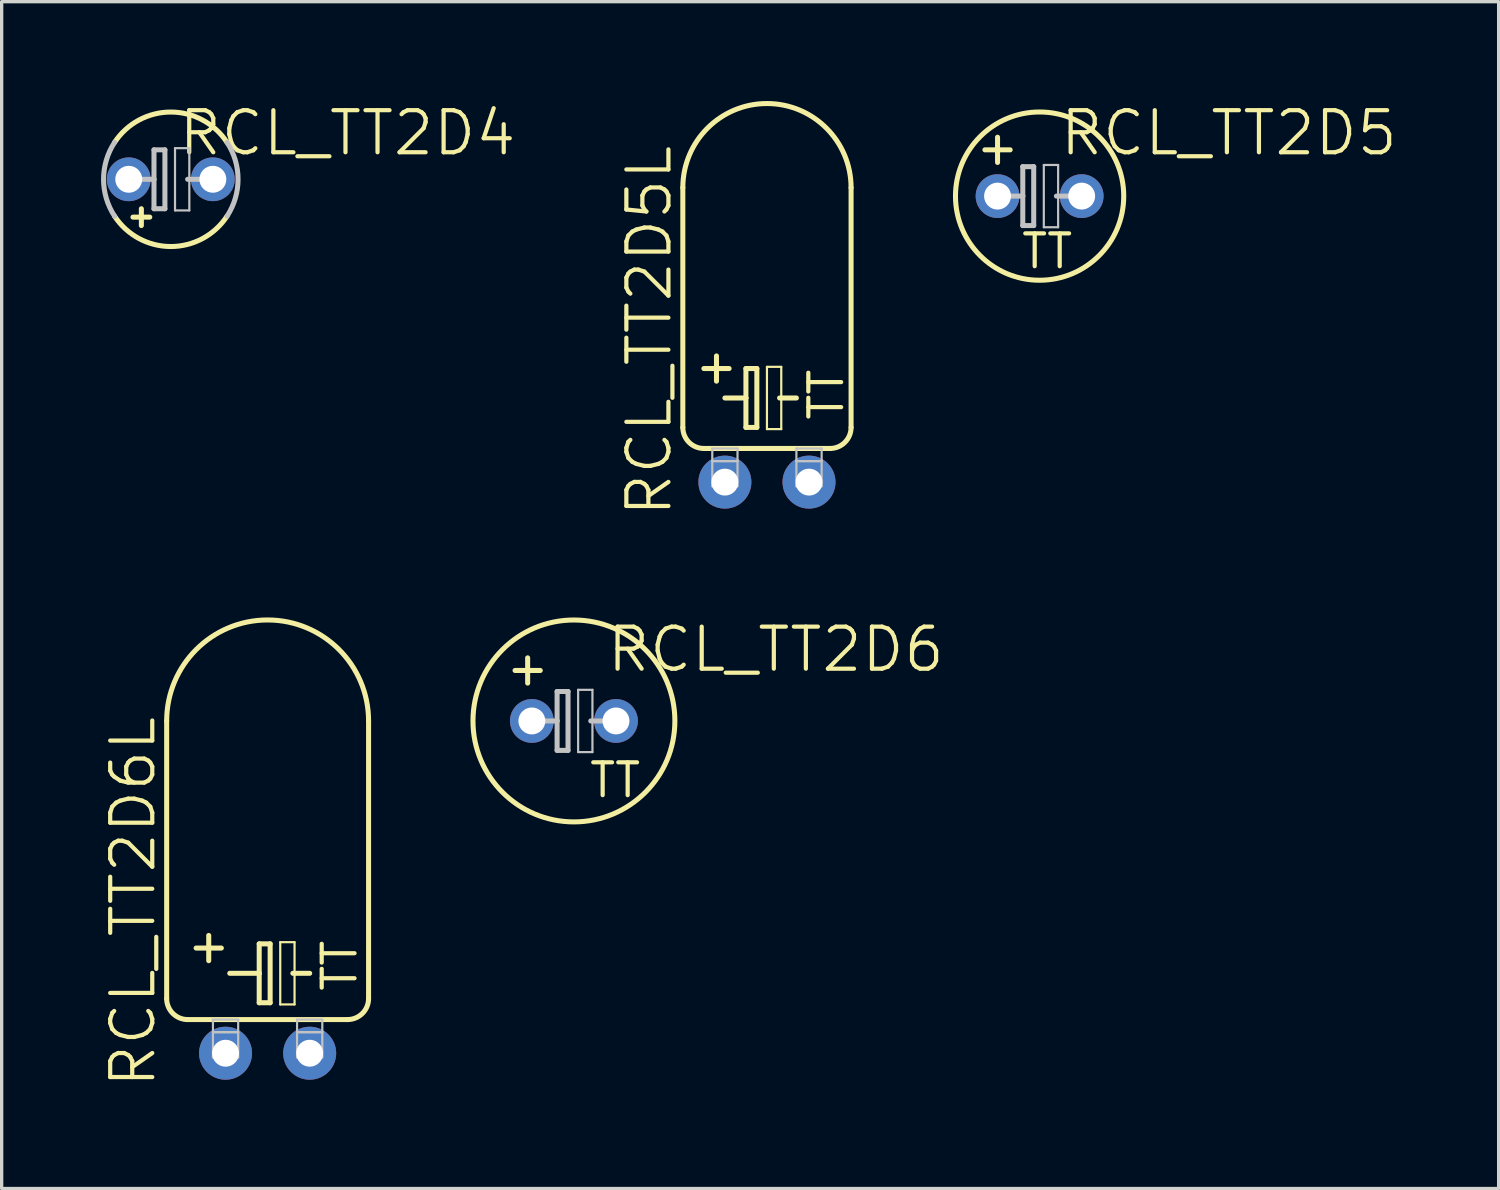
<source format=kicad_pcb>
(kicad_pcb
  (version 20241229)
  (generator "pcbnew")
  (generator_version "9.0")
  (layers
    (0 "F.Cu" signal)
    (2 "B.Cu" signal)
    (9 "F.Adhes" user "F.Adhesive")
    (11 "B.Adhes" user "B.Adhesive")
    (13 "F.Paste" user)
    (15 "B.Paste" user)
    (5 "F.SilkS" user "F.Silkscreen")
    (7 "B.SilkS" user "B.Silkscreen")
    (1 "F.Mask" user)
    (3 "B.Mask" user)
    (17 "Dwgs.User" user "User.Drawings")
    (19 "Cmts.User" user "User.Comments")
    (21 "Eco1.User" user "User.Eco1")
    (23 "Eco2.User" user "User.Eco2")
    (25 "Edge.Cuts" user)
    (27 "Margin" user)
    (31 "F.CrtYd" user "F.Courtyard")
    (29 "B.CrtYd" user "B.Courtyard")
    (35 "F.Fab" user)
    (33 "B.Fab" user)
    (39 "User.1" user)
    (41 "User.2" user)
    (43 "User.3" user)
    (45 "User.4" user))
  (footprint "RCL_TT2D4"
    (layer "F.Cu")
    (at 2.107 2.363)
    (property "Reference" "RCL_TT2D4" (at 5.334 -1.397 0) (layer "F.SilkS") (effects (font (size 1.27 1.27) (thickness 0.127))))
    (attr exclude_from_pos_files exclude_from_bom)
    (fp_line (start -0.889 1.397) (end -0.889 0.889) (stroke (width 0.152) (type solid)) (layer "F.SilkS"))
    (fp_line (start -0.635 1.143) (end -1.143 1.143) (stroke (width 0.152) (type solid)) (layer "F.SilkS"))
    (fp_arc (start -1.69672 -1.11506) (mid 0.000437 -2.030324) (end 1.6972 -1.114329) (stroke (width 0.1524) (type solid)) (layer "F.SilkS"))
    (fp_arc (start 1.69672 1.11506) (mid -0.000437 2.030324) (end -1.6972 1.114329) (stroke (width 0.1524) (type solid)) (layer "F.SilkS"))
    (fp_line (start -1.016 0) (end -0.508 0) (stroke (width 0.152) (type solid)) (layer "Dwgs.User"))
    (fp_line (start -0.508 -0.889) (end -0.508 0) (stroke (width 0.152) (type solid)) (layer "Dwgs.User"))
    (fp_line (start -0.508 0) (end -0.508 0.889) (stroke (width 0.152) (type solid)) (layer "Dwgs.User"))
    (fp_line (start -0.508 0.889) (end -0.178 0.889) (stroke (width 0.152) (type solid)) (layer "Dwgs.User"))
    (fp_line (start -0.178 -0.889) (end -0.508 -0.889) (stroke (width 0.152) (type solid)) (layer "Dwgs.User"))
    (fp_line (start -0.178 0.889) (end -0.178 -0.889) (stroke (width 0.152) (type solid)) (layer "Dwgs.User"))
    (fp_line (start 0.127 -0.94) (end 0.559 -0.94) (stroke (width 0.066) (type solid)) (layer "Dwgs.User"))
    (fp_line (start 0.127 0.94) (end 0.127 -0.94) (stroke (width 0.066) (type solid)) (layer "Dwgs.User"))
    (fp_line (start 0.127 0.94) (end 0.559 0.94) (stroke (width 0.066) (type solid)) (layer "Dwgs.User"))
    (fp_line (start 0.508 0) (end 1.016 0) (stroke (width 0.152) (type solid)) (layer "Dwgs.User"))
    (fp_line (start 0.559 0.94) (end 0.559 -0.94) (stroke (width 0.066) (type solid)) (layer "Dwgs.User"))
    (fp_arc (start -1.69672 1.11506) (mid -2.030323 0.002209) (end -1.699143 -1.111365) (stroke (width 0.1524) (type solid)) (layer "Dwgs.User"))
    (fp_arc (start 1.69672 -1.11506) (mid 2.030323 -0.002209) (end 1.699143 1.111365) (stroke (width 0.1524) (type solid)) (layer "Dwgs.User"))
    (pad "+" thru_hole circle (at -1.27 0) (size 1.321 1.321) (drill 0.813) (layers "*.Cu" "*.Paste" "*.Mask"))
    (pad "-" thru_hole circle (at 1.27 0) (size 1.321 1.321) (drill 0.813) (layers "*.Cu" "*.Paste" "*.Mask")))
  (footprint "RCL_TT2D5L"
    (layer "F.Cu")
    (at 20.106 11.506)
    (property "Reference" "RCL_TT2D5L" (at -3.556 -4.572 90) (layer "F.SilkS") (effects (font (size 1.27 1.27) (thickness 0.127))))
    (attr exclude_from_pos_files exclude_from_bom)
    (fp_line (start -2.54 -8.89) (end -2.54 -1.651) (stroke (width 0.152) (type solid)) (layer "F.SilkS"))
    (fp_line (start -1.905 -3.429) (end -1.143 -3.429) (stroke (width 0.152) (type solid)) (layer "F.SilkS"))
    (fp_line (start -1.905 -1.016) (end 1.905 -1.016) (stroke (width 0.152) (type solid)) (layer "F.SilkS"))
    (fp_line (start -1.524 -3.81) (end -1.524 -3.048) (stroke (width 0.152) (type solid)) (layer "F.SilkS"))
    (fp_line (start -1.27 -2.54) (end -0.635 -2.54) (stroke (width 0.152) (type solid)) (layer "F.SilkS"))
    (fp_line (start -0.635 -3.429) (end -0.635 -2.54) (stroke (width 0.152) (type solid)) (layer "F.SilkS"))
    (fp_line (start -0.635 -2.54) (end -0.635 -1.651) (stroke (width 0.152) (type solid)) (layer "F.SilkS"))
    (fp_line (start -0.635 -1.651) (end -0.305 -1.651) (stroke (width 0.152) (type solid)) (layer "F.SilkS"))
    (fp_line (start -0.305 -3.429) (end -0.635 -3.429) (stroke (width 0.152) (type solid)) (layer "F.SilkS"))
    (fp_line (start -0.305 -1.651) (end -0.305 -3.429) (stroke (width 0.152) (type solid)) (layer "F.SilkS"))
    (fp_line (start 0 -3.48) (end 0.432 -3.48) (stroke (width 0.066) (type solid)) (layer "F.SilkS"))
    (fp_line (start 0 -1.6) (end 0 -3.48) (stroke (width 0.066) (type solid)) (layer "F.SilkS"))
    (fp_line (start 0 -1.6) (end 0.432 -1.6) (stroke (width 0.066) (type solid)) (layer "F.SilkS"))
    (fp_line (start 0.381 -2.54) (end 0.889 -2.54) (stroke (width 0.152) (type solid)) (layer "F.SilkS"))
    (fp_line (start 0.432 -1.6) (end 0.432 -3.48) (stroke (width 0.066) (type solid)) (layer "F.SilkS"))
    (fp_line (start 2.54 -8.89) (end 2.54 -1.651) (stroke (width 0.152) (type solid)) (layer "F.SilkS"))
    (fp_arc (start -2.54 -8.89) (mid 0 -11.43) (end 2.54 -8.89) (stroke (width 0.1524) (type solid)) (layer "F.SilkS"))
    (fp_arc (start -1.905 -1.016) (mid -2.354013 -1.201987) (end -2.54 -1.651) (stroke (width 0.1524) (type solid)) (layer "F.SilkS"))
    (fp_arc (start 2.54 -1.651) (mid 2.354013 -1.201987) (end 1.905 -1.016) (stroke (width 0.1524) (type solid)) (layer "F.SilkS"))
    (fp_line (start -1.651 -1.016) (end -0.889 -1.016) (stroke (width 0.066) (type solid)) (layer "Dwgs.User"))
    (fp_line (start -1.651 -0.635) (end -1.651 -1.016) (stroke (width 0.066) (type solid)) (layer "Dwgs.User"))
    (fp_line (start -1.651 -0.635) (end -0.889 -0.635) (stroke (width 0.066) (type solid)) (layer "Dwgs.User"))
    (fp_line (start -1.651 -0.635) (end -0.889 -0.635) (stroke (width 0.066) (type solid)) (layer "Dwgs.User"))
    (fp_line (start -1.651 0.127) (end -1.651 -0.635) (stroke (width 0.066) (type solid)) (layer "Dwgs.User"))
    (fp_line (start -1.651 0.127) (end -0.889 0.127) (stroke (width 0.066) (type solid)) (layer "Dwgs.User"))
    (fp_line (start -0.889 -0.635) (end -0.889 -1.016) (stroke (width 0.066) (type solid)) (layer "Dwgs.User"))
    (fp_line (start -0.889 0.127) (end -0.889 -0.635) (stroke (width 0.066) (type solid)) (layer "Dwgs.User"))
    (fp_line (start 0.889 -1.016) (end 1.651 -1.016) (stroke (width 0.066) (type solid)) (layer "Dwgs.User"))
    (fp_line (start 0.889 -0.635) (end 0.889 -1.016) (stroke (width 0.066) (type solid)) (layer "Dwgs.User"))
    (fp_line (start 0.889 -0.635) (end 1.651 -0.635) (stroke (width 0.066) (type solid)) (layer "Dwgs.User"))
    (fp_line (start 0.889 -0.635) (end 1.651 -0.635) (stroke (width 0.066) (type solid)) (layer "Dwgs.User"))
    (fp_line (start 0.889 0.127) (end 0.889 -0.635) (stroke (width 0.066) (type solid)) (layer "Dwgs.User"))
    (fp_line (start 0.889 0.127) (end 1.651 0.127) (stroke (width 0.066) (type solid)) (layer "Dwgs.User"))
    (fp_line (start 1.651 -0.635) (end 1.651 -1.016) (stroke (width 0.066) (type solid)) (layer "Dwgs.User"))
    (fp_line (start 1.651 0.127) (end 1.651 -0.635) (stroke (width 0.066) (type solid)) (layer "Dwgs.User"))
    (fp_text user "TT" (at 1.788 -2.642 90) (layer "F.SilkS") (effects (font (size 0.991 0.991) (thickness 0.127))))
    (pad "+" thru_hole circle (at -1.27 0) (size 1.6 1.6) (drill 0.813) (layers "*.Cu" "*.Paste" "*.Mask"))
    (pad "-" thru_hole circle (at 1.27 0) (size 1.6 1.6) (drill 0.813) (layers "*.Cu" "*.Paste" "*.Mask")))
  (footprint "RCL_TT2D6L"
    (layer "F.Cu")
    (at 5.03 28.749)
    (property "Reference" "RCL_TT2D6L" (at -4.064 -4.572 90) (layer "F.SilkS") (effects (font (size 1.27 1.27) (thickness 0.127))))
    (attr exclude_from_pos_files exclude_from_bom)
    (fp_line (start -3.048 -10.033) (end -3.048 -1.651) (stroke (width 0.152) (type solid)) (layer "F.SilkS"))
    (fp_line (start -2.413 -1.016) (end 2.413 -1.016) (stroke (width 0.152) (type solid)) (layer "F.SilkS"))
    (fp_line (start -2.159 -3.175) (end -1.397 -3.175) (stroke (width 0.152) (type solid)) (layer "F.SilkS"))
    (fp_line (start -1.778 -2.794) (end -1.778 -3.556) (stroke (width 0.152) (type solid)) (layer "F.SilkS"))
    (fp_line (start -1.143 -2.413) (end -0.254 -2.413) (stroke (width 0.152) (type solid)) (layer "F.SilkS"))
    (fp_line (start -0.254 -3.302) (end -0.254 -2.413) (stroke (width 0.152) (type solid)) (layer "F.SilkS"))
    (fp_line (start -0.254 -2.413) (end -0.254 -1.524) (stroke (width 0.152) (type solid)) (layer "F.SilkS"))
    (fp_line (start -0.254 -1.524) (end 0.076 -1.524) (stroke (width 0.152) (type solid)) (layer "F.SilkS"))
    (fp_line (start 0.076 -3.302) (end -0.254 -3.302) (stroke (width 0.152) (type solid)) (layer "F.SilkS"))
    (fp_line (start 0.076 -1.524) (end 0.076 -3.302) (stroke (width 0.152) (type solid)) (layer "F.SilkS"))
    (fp_line (start 0.381 -3.353) (end 0.813 -3.353) (stroke (width 0.066) (type solid)) (layer "F.SilkS"))
    (fp_line (start 0.381 -1.473) (end 0.381 -3.353) (stroke (width 0.066) (type solid)) (layer "F.SilkS"))
    (fp_line (start 0.381 -1.473) (end 0.813 -1.473) (stroke (width 0.066) (type solid)) (layer "F.SilkS"))
    (fp_line (start 0.762 -2.413) (end 1.27 -2.413) (stroke (width 0.152) (type solid)) (layer "F.SilkS"))
    (fp_line (start 0.813 -1.473) (end 0.813 -3.353) (stroke (width 0.066) (type solid)) (layer "F.SilkS"))
    (fp_line (start 3.048 -10.033) (end 3.048 -1.651) (stroke (width 0.152) (type solid)) (layer "F.SilkS"))
    (fp_arc (start -3.048 -10.033) (mid 0 -13.081) (end 3.048 -10.033) (stroke (width 0.1524) (type solid)) (layer "F.SilkS"))
    (fp_arc (start -2.413 -1.016) (mid -2.862013 -1.201987) (end -3.048 -1.651) (stroke (width 0.1524) (type solid)) (layer "F.SilkS"))
    (fp_arc (start 3.048 -1.651) (mid 2.862013 -1.201987) (end 2.413 -1.016) (stroke (width 0.1524) (type solid)) (layer "F.SilkS"))
    (fp_line (start -1.651 -1.016) (end -0.889 -1.016) (stroke (width 0.066) (type solid)) (layer "Dwgs.User"))
    (fp_line (start -1.651 -0.635) (end -1.651 -1.016) (stroke (width 0.066) (type solid)) (layer "Dwgs.User"))
    (fp_line (start -1.651 -0.635) (end -0.889 -0.635) (stroke (width 0.066) (type solid)) (layer "Dwgs.User"))
    (fp_line (start -1.651 -0.635) (end -0.889 -0.635) (stroke (width 0.066) (type solid)) (layer "Dwgs.User"))
    (fp_line (start -1.651 0.127) (end -1.651 -0.635) (stroke (width 0.066) (type solid)) (layer "Dwgs.User"))
    (fp_line (start -1.651 0.127) (end -0.889 0.127) (stroke (width 0.066) (type solid)) (layer "Dwgs.User"))
    (fp_line (start -0.889 -0.635) (end -0.889 -1.016) (stroke (width 0.066) (type solid)) (layer "Dwgs.User"))
    (fp_line (start -0.889 0.127) (end -0.889 -0.635) (stroke (width 0.066) (type solid)) (layer "Dwgs.User"))
    (fp_line (start 0.889 -1.016) (end 1.651 -1.016) (stroke (width 0.066) (type solid)) (layer "Dwgs.User"))
    (fp_line (start 0.889 -0.635) (end 0.889 -1.016) (stroke (width 0.066) (type solid)) (layer "Dwgs.User"))
    (fp_line (start 0.889 -0.635) (end 1.651 -0.635) (stroke (width 0.066) (type solid)) (layer "Dwgs.User"))
    (fp_line (start 0.889 -0.635) (end 1.651 -0.635) (stroke (width 0.066) (type solid)) (layer "Dwgs.User"))
    (fp_line (start 0.889 0.127) (end 0.889 -0.635) (stroke (width 0.066) (type solid)) (layer "Dwgs.User"))
    (fp_line (start 0.889 0.127) (end 1.651 0.127) (stroke (width 0.066) (type solid)) (layer "Dwgs.User"))
    (fp_line (start 1.651 -0.635) (end 1.651 -1.016) (stroke (width 0.066) (type solid)) (layer "Dwgs.User"))
    (fp_line (start 1.651 0.127) (end 1.651 -0.635) (stroke (width 0.066) (type solid)) (layer "Dwgs.User"))
    (fp_text user "TT" (at 2.172 -2.642 90) (layer "F.SilkS") (effects (font (size 0.991 0.991) (thickness 0.127))))
    (pad "+" thru_hole circle (at -1.27 0) (size 1.6 1.6) (drill 0.813) (layers "*.Cu" "*.Paste" "*.Mask"))
    (pad "-" thru_hole circle (at 1.27 0) (size 1.6 1.6) (drill 0.813) (layers "*.Cu" "*.Paste" "*.Mask")))
  (footprint "RCL_TT2D6"
    (layer "F.Cu")
    (at 14.278 18.717)
    (property "Reference" "RCL_TT2D6" (at 6.096 -2.159 0) (layer "F.SilkS") (effects (font (size 1.27 1.27) (thickness 0.127))))
    (attr exclude_from_pos_files exclude_from_bom)
    (fp_line (start -1.778 -1.524) (end -1.016 -1.524) (stroke (width 0.152) (type solid)) (layer "F.SilkS"))
    (fp_line (start -1.397 -1.143) (end -1.397 -1.905) (stroke (width 0.152) (type solid)) (layer "F.SilkS"))
    (fp_circle (center 0 0) (end 0 -3.048) (stroke (width 0.152) (type solid)) (fill no) (layer "F.SilkS"))
    (fp_line (start -1.016 0) (end -0.508 0) (stroke (width 0.152) (type solid)) (layer "Dwgs.User"))
    (fp_line (start -0.508 -0.889) (end -0.508 0) (stroke (width 0.152) (type solid)) (layer "Dwgs.User"))
    (fp_line (start -0.508 0) (end -0.508 0.889) (stroke (width 0.152) (type solid)) (layer "Dwgs.User"))
    (fp_line (start -0.508 0.889) (end -0.178 0.889) (stroke (width 0.152) (type solid)) (layer "Dwgs.User"))
    (fp_line (start -0.178 -0.889) (end -0.508 -0.889) (stroke (width 0.152) (type solid)) (layer "Dwgs.User"))
    (fp_line (start -0.178 0.889) (end -0.178 -0.889) (stroke (width 0.152) (type solid)) (layer "Dwgs.User"))
    (fp_line (start 0.127 -0.94) (end 0.559 -0.94) (stroke (width 0.066) (type solid)) (layer "Dwgs.User"))
    (fp_line (start 0.127 0.94) (end 0.127 -0.94) (stroke (width 0.066) (type solid)) (layer "Dwgs.User"))
    (fp_line (start 0.127 0.94) (end 0.559 0.94) (stroke (width 0.066) (type solid)) (layer "Dwgs.User"))
    (fp_line (start 0.508 0) (end 1.016 0) (stroke (width 0.152) (type solid)) (layer "Dwgs.User"))
    (fp_line (start 0.559 0.94) (end 0.559 -0.94) (stroke (width 0.066) (type solid)) (layer "Dwgs.User"))
    (fp_text user "TT" (at 1.245 1.788 0) (layer "F.SilkS") (effects (font (size 0.991 0.991) (thickness 0.127))))
    (pad "+" thru_hole circle (at -1.27 0) (size 1.321 1.321) (drill 0.813) (layers "*.Cu" "*.Paste" "*.Mask"))
    (pad "-" thru_hole circle (at 1.27 0) (size 1.321 1.321) (drill 0.813) (layers "*.Cu" "*.Paste" "*.Mask")))
  (footprint "RCL_TT2D5"
    (layer "F.Cu")
    (at 28.338 2.871)
    (property "Reference" "RCL_TT2D5" (at 5.715 -1.905 0) (layer "F.SilkS") (effects (font (size 1.27 1.27) (thickness 0.127))))
    (attr exclude_from_pos_files exclude_from_bom)
    (fp_line (start -1.27 -1.016) (end -1.27 -1.778) (stroke (width 0.152) (type solid)) (layer "F.SilkS"))
    (fp_line (start -0.889 -1.397) (end -1.651 -1.397) (stroke (width 0.152) (type solid)) (layer "F.SilkS"))
    (fp_circle (center 0 0) (end 0 -2.54) (stroke (width 0.152) (type solid)) (fill no) (layer "F.SilkS"))
    (fp_line (start -1.016 0) (end -0.508 0) (stroke (width 0.152) (type solid)) (layer "Dwgs.User"))
    (fp_line (start -0.508 -0.889) (end -0.508 0) (stroke (width 0.152) (type solid)) (layer "Dwgs.User"))
    (fp_line (start -0.508 0) (end -0.508 0.889) (stroke (width 0.152) (type solid)) (layer "Dwgs.User"))
    (fp_line (start -0.508 0.889) (end -0.178 0.889) (stroke (width 0.152) (type solid)) (layer "Dwgs.User"))
    (fp_line (start -0.178 -0.889) (end -0.508 -0.889) (stroke (width 0.152) (type solid)) (layer "Dwgs.User"))
    (fp_line (start -0.178 0.889) (end -0.178 -0.889) (stroke (width 0.152) (type solid)) (layer "Dwgs.User"))
    (fp_line (start 0.127 -0.94) (end 0.559 -0.94) (stroke (width 0.066) (type solid)) (layer "Dwgs.User"))
    (fp_line (start 0.127 0.94) (end 0.127 -0.94) (stroke (width 0.066) (type solid)) (layer "Dwgs.User"))
    (fp_line (start 0.127 0.94) (end 0.559 0.94) (stroke (width 0.066) (type solid)) (layer "Dwgs.User"))
    (fp_line (start 0.508 0) (end 1.016 0) (stroke (width 0.152) (type solid)) (layer "Dwgs.User"))
    (fp_line (start 0.559 0.94) (end 0.559 -0.94) (stroke (width 0.066) (type solid)) (layer "Dwgs.User"))
    (fp_text user "TT" (at 0.229 1.664 0) (layer "F.SilkS") (effects (font (size 0.991 0.991) (thickness 0.127))))
    (pad "+" thru_hole circle (at -1.27 0) (size 1.321 1.321) (drill 0.813) (layers "*.Cu" "*.Paste" "*.Mask"))
    (pad "-" thru_hole circle (at 1.27 0) (size 1.321 1.321) (drill 0.813) (layers "*.Cu" "*.Paste" "*.Mask")))
  (gr_rect
    (start -3 -3)
    (end 42.197 32.834)
    (stroke (width 0.1) (type default))
    (fill no)
    (layer "Edge.Cuts")))
</source>
